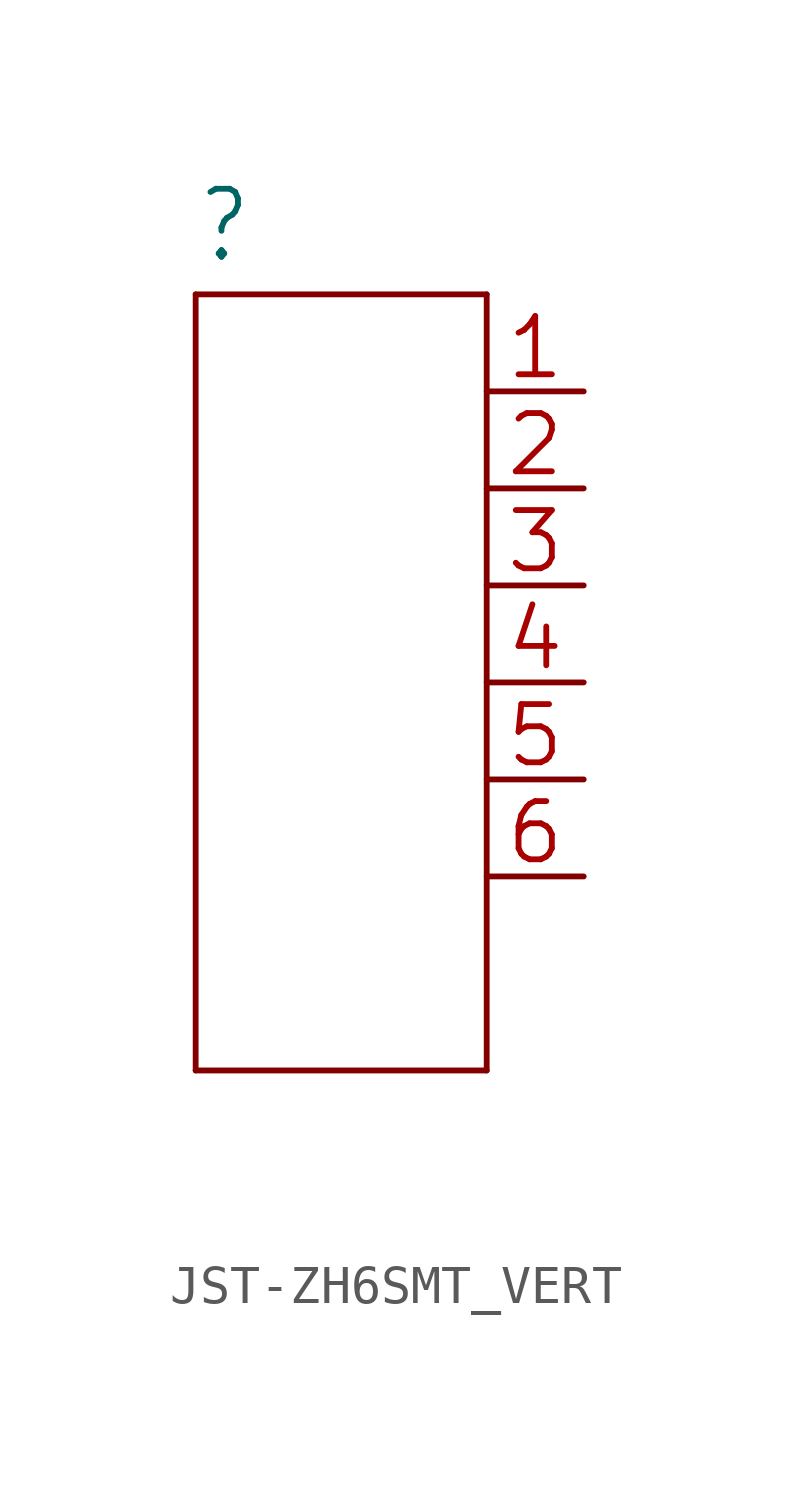
<source format=kicad_sym>
(kicad_symbol_lib
  (version 20241209)
  (generator "kicad_symbol_editor")
  (generator_version "9.0")
  (symbol "JST-ZH6SMT_VERT"
    (property "Reference" ""
      (at -5.08 10.922 0)
      (effects (font (size 1.778 1.511)) (justify left bottom)))
    (property "Value" ""
      (at -5.08 -12.446 0)
      (effects (font (size 1.778 1.511)) (justify left bottom)))
    (property "ki_locked" ""
      (at 0 0 0)
      (effects (font (size 1.27 1.27))))
    (symbol "JST-ZH6SMT_VERT_1_0"
      (polyline (pts (xy -5.08 10.16) (xy -5.08 -10.16)) (stroke (width 0.152) (type solid)) (fill (type none)))
      (polyline (pts (xy -5.08 -10.16) (xy 2.54 -10.16)) (stroke (width 0.152) (type solid)) (fill (type none)))
      (polyline (pts (xy 2.54 10.16) (xy -5.08 10.16)) (stroke (width 0.152) (type solid)) (fill (type none)))
      (polyline (pts (xy 2.54 -10.16) (xy 2.54 10.16)) (stroke (width 0.152) (type solid)) (fill (type none)))
      (pin passive line (at 5.08 7.62 180) (length 2.54) (name "1" (effects (font (size 0 0)))) (number "1" (effects (font (size 1.524 1.524)))))
      (pin passive line (at 5.08 5.08 180) (length 2.54) (name "2" (effects (font (size 0 0)))) (number "2" (effects (font (size 1.524 1.524)))))
      (pin passive line (at 5.08 2.54 180) (length 2.54) (name "3" (effects (font (size 0 0)))) (number "3" (effects (font (size 1.524 1.524)))))
      (pin passive line (at 5.08 0 180) (length 2.54) (name "4" (effects (font (size 0 0)))) (number "4" (effects (font (size 1.524 1.524)))))
      (pin passive line (at 5.08 -2.54 180) (length 2.54) (name "5" (effects (font (size 0 0)))) (number "5" (effects (font (size 1.524 1.524)))))
      (pin passive line (at 5.08 -5.08 180) (length 2.54) (name "6" (effects (font (size 0 0)))) (number "6" (effects (font (size 1.524 1.524))))))))
</source>
